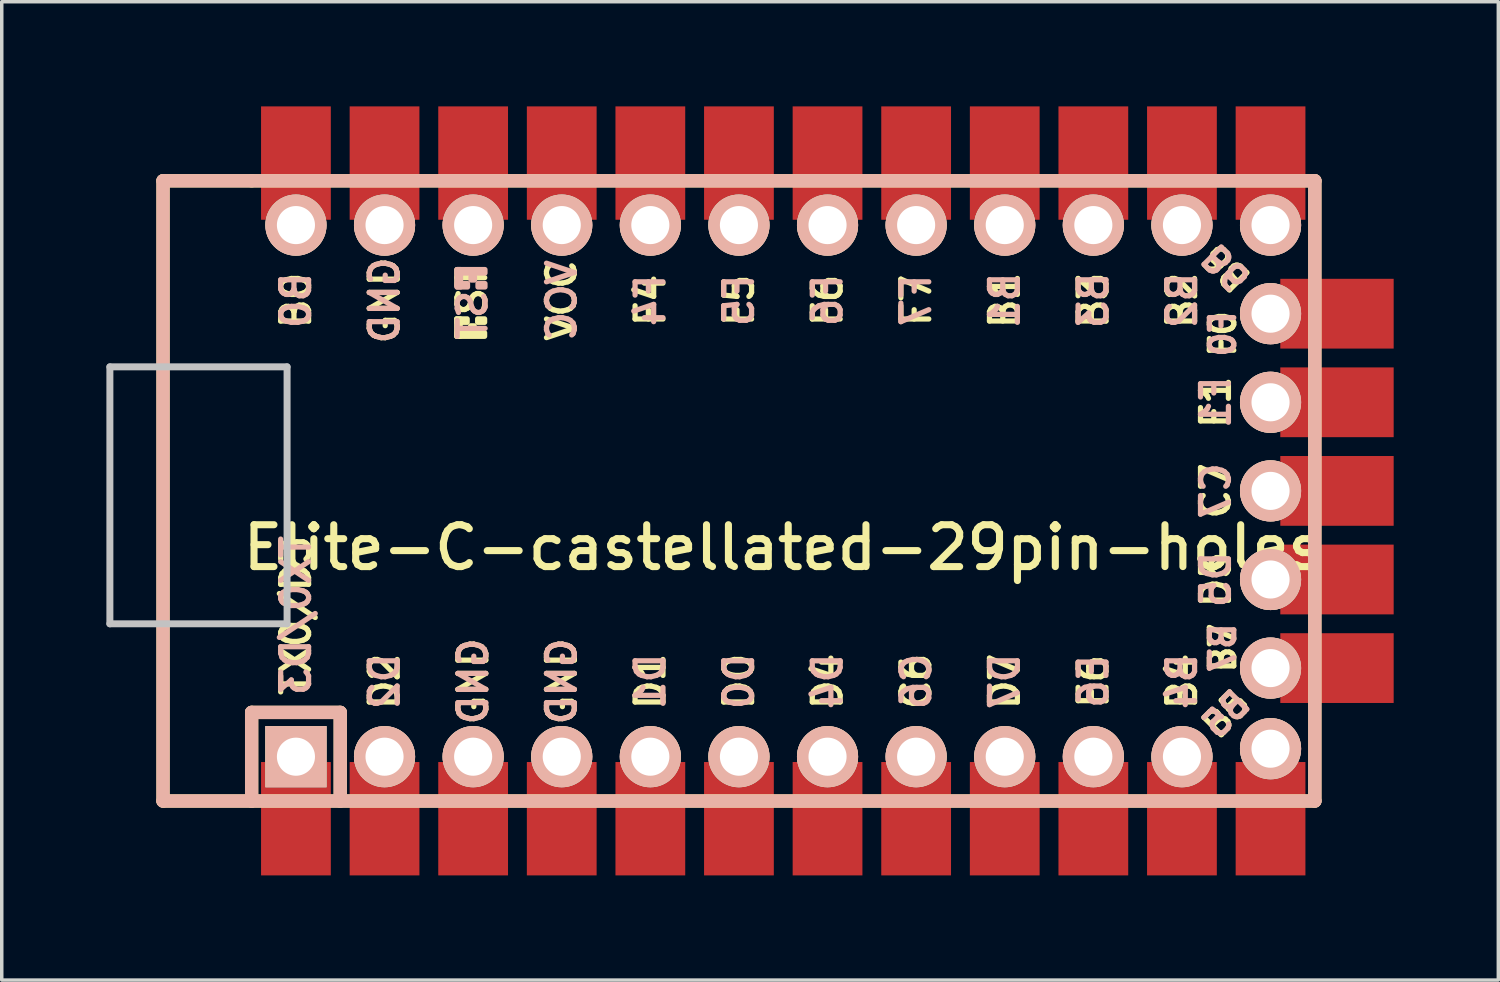
<source format=kicad_pcb>
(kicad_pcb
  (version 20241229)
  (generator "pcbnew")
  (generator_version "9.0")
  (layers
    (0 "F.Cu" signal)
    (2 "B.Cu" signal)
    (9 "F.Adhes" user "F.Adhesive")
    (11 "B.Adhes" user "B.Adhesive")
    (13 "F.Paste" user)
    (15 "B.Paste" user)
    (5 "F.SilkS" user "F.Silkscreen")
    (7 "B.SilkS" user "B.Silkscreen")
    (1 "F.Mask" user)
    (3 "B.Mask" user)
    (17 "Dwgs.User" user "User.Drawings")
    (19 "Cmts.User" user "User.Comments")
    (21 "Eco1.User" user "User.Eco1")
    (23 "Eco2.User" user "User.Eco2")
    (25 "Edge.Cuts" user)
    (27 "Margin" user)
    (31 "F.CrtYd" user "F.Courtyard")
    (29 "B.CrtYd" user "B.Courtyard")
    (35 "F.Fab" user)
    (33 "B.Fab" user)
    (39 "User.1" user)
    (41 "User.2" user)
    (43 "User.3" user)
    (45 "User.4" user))
  (footprint "Elite-C-castellated-29pin-holes"
    (layer "F.Cu")
    (at 19.404 11.023)
    (property "Reference" "Elite-C-castellated-29pin-holes" (at 0 1.625 0) (layer "F.SilkS") (effects (font (size 1.2 1.2) (thickness 0.203))))
    (attr through_hole)
    (fp_line (start -17.78 -8.89) (end -17.78 8.89) (stroke (width 0.381) (type solid)) (layer "F.SilkS"))
    (fp_line (start -17.78 8.89) (end -15.24 8.89) (stroke (width 0.381) (type solid)) (layer "F.SilkS"))
    (fp_line (start -15.24 -8.89) (end -17.78 -8.89) (stroke (width 0.381) (type solid)) (layer "F.SilkS"))
    (fp_line (start -15.24 6.35) (end -15.24 8.89) (stroke (width 0.381) (type solid)) (layer "F.SilkS"))
    (fp_line (start -15.24 6.35) (end -12.7 6.35) (stroke (width 0.381) (type solid)) (layer "F.SilkS"))
    (fp_line (start -15.24 8.89) (end 15.24 8.89) (stroke (width 0.381) (type solid)) (layer "F.SilkS"))
    (fp_line (start -12.7 6.35) (end -12.7 8.89) (stroke (width 0.381) (type solid)) (layer "F.SilkS"))
    (fp_line (start 15.24 -8.89) (end -15.24 -8.89) (stroke (width 0.381) (type solid)) (layer "F.SilkS"))
    (fp_line (start 15.24 8.89) (end 15.24 -8.89) (stroke (width 0.381) (type solid)) (layer "F.SilkS"))
    (fp_poly (pts (xy -9.361 -4.932) (xy -9.261 -4.932) (xy -9.261 -4.432) (xy -9.361 -4.432)) (stroke (width 0.15) (type solid)) (fill yes) (layer "F.SilkS"))
    (fp_poly (pts (xy -9.361 -4.932) (xy -9.061 -4.932) (xy -9.061 -4.832) (xy -9.361 -4.832)) (stroke (width 0.15) (type solid)) (fill yes) (layer "F.SilkS"))
    (fp_poly (pts (xy -9.361 -4.532) (xy -8.561 -4.532) (xy -8.561 -4.432) (xy -9.361 -4.432)) (stroke (width 0.15) (type solid)) (fill yes) (layer "F.SilkS"))
    (fp_poly (pts (xy -8.961 -4.732) (xy -8.861 -4.732) (xy -8.861 -4.632) (xy -8.961 -4.632)) (stroke (width 0.15) (type solid)) (fill yes) (layer "F.SilkS"))
    (fp_poly (pts (xy -8.761 -4.932) (xy -8.561 -4.932) (xy -8.561 -4.832) (xy -8.761 -4.832)) (stroke (width 0.15) (type solid)) (fill yes) (layer "F.SilkS"))
    (fp_line (start -17.78 -8.89) (end -17.78 8.89) (stroke (width 0.381) (type solid)) (layer "B.SilkS"))
    (fp_line (start -17.78 8.89) (end 15.24 8.89) (stroke (width 0.381) (type solid)) (layer "B.SilkS"))
    (fp_line (start -15.24 6.35) (end -15.24 8.89) (stroke (width 0.381) (type solid)) (layer "B.SilkS"))
    (fp_line (start -15.24 6.35) (end -12.7 6.35) (stroke (width 0.381) (type solid)) (layer "B.SilkS"))
    (fp_line (start -12.7 6.35) (end -12.7 8.89) (stroke (width 0.381) (type solid)) (layer "B.SilkS"))
    (fp_line (start 15.24 -8.89) (end -17.78 -8.89) (stroke (width 0.381) (type solid)) (layer "B.SilkS"))
    (fp_line (start 15.24 8.89) (end 15.24 -8.89) (stroke (width 0.381) (type solid)) (layer "B.SilkS"))
    (fp_poly (pts (xy -9.351 -6.245) (xy -8.551 -6.245) (xy -8.551 -6.345) (xy -9.351 -6.345)) (stroke (width 0.15) (type solid)) (fill yes) (layer "B.SilkS"))
    (fp_poly (pts (xy -9.351 -5.845) (xy -9.251 -5.845) (xy -9.251 -6.345) (xy -9.351 -6.345)) (stroke (width 0.15) (type solid)) (fill yes) (layer "B.SilkS"))
    (fp_poly (pts (xy -9.351 -5.845) (xy -9.051 -5.845) (xy -9.051 -5.945) (xy -9.351 -5.945)) (stroke (width 0.15) (type solid)) (fill yes) (layer "B.SilkS"))
    (fp_poly (pts (xy -8.951 -6.045) (xy -8.851 -6.045) (xy -8.851 -6.145) (xy -8.951 -6.145)) (stroke (width 0.15) (type solid)) (fill yes) (layer "B.SilkS"))
    (fp_poly (pts (xy -8.751 -5.845) (xy -8.551 -5.845) (xy -8.551 -5.945) (xy -8.751 -5.945)) (stroke (width 0.15) (type solid)) (fill yes) (layer "B.SilkS"))
    (fp_line (start -19.304 -3.556) (end -14.224 -3.556) (stroke (width 0.2) (type solid)) (layer "Dwgs.User"))
    (fp_line (start -19.304 3.81) (end -19.304 -3.556) (stroke (width 0.2) (type solid)) (layer "Dwgs.User"))
    (fp_line (start -14.224 -3.556) (end -14.224 3.81) (stroke (width 0.2) (type solid)) (layer "Dwgs.User"))
    (fp_line (start -14.224 3.81) (end -19.304 3.81) (stroke (width 0.2) (type solid)) (layer "Dwgs.User"))
    (fp_text user "F6" (at 1.27 -5.461 90) (layer "F.SilkS") (effects (font (size 0.8 0.8) (thickness 0.15))))
    (fp_text user "GND" (at -8.89 5.461 90) (layer "F.SilkS") (effects (font (size 0.8 0.8) (thickness 0.15))))
    (fp_text user "D7" (at 6.35 5.461 90) (layer "F.SilkS") (effects (font (size 0.8 0.8) (thickness 0.15))))
    (fp_text user "F4" (at -3.81 -5.461 90) (layer "F.SilkS") (effects (font (size 0.8 0.8) (thickness 0.15))))
    (fp_text user "C7" (at 12.4 0 90) (layer "F.SilkS") (effects (font (size 0.8 0.8) (thickness 0.15))))
    (fp_text user "B2" (at 11.43 -5.461 90) (layer "F.SilkS") (effects (font (size 0.8 0.8) (thickness 0.15))))
    (fp_text user "GND" (at -11.43 -5.461 90) (layer "F.SilkS") (effects (font (size 0.8 0.8) (thickness 0.15))))
    (fp_text user "F1" (at 12.4 -2.54 90) (layer "F.SilkS") (effects (font (size 0.8 0.8) (thickness 0.15))))
    (fp_text user "B5" (at 12.7 6.4 45) (layer "F.SilkS") (effects (font (size 0.7 0.7) (thickness 0.15))))
    (fp_text user "F0" (at 12.6 -4.5 90) (layer "F.SilkS") (effects (font (size 0.7 0.7) (thickness 0.15))))
    (fp_text user "VCC" (at -6.35 -5.461 90) (layer "F.SilkS") (effects (font (size 0.8 0.8) (thickness 0.15))))
    (fp_text user "D5" (at 12.4 2.54 90) (layer "F.SilkS") (effects (font (size 0.8 0.8) (thickness 0.15))))
    (fp_text user "B1" (at 6.35 -5.461 90) (layer "F.SilkS") (effects (font (size 0.8 0.8) (thickness 0.15))))
    (fp_text user "B7" (at 12.6 4.5 90) (layer "F.SilkS") (effects (font (size 0.7 0.7) (thickness 0.15))))
    (fp_text user "F7" (at 3.81 -5.461 90) (layer "F.SilkS") (effects (font (size 0.8 0.8) (thickness 0.15))))
    (fp_text user "B3" (at 8.89 -5.461 90) (layer "F.SilkS") (effects (font (size 0.8 0.8) (thickness 0.15))))
    (fp_text user "D1" (at -3.81 5.461 90) (layer "F.SilkS") (effects (font (size 0.8 0.8) (thickness 0.15))))
    (fp_text user "B0" (at -13.97 -5.461 90) (layer "F.SilkS") (effects (font (size 0.8 0.8) (thickness 0.15))))
    (fp_text user "TX0/D3" (at -13.97 3.572 90) (layer "F.SilkS") (effects (font (size 0.8 0.8) (thickness 0.15))))
    (fp_text user "B6" (at 12.7 -6.4 135) (unlocked yes) (layer "F.SilkS") (effects (font (size 0.7 0.7) (thickness 0.15))))
    (fp_text user "B4" (at 11.43 5.461 90) (layer "F.SilkS") (effects (font (size 0.8 0.8) (thickness 0.15))))
    (fp_text user "D2" (at -11.43 5.461 90) (layer "F.SilkS") (effects (font (size 0.8 0.8) (thickness 0.15))))
    (fp_text user "D4" (at 1.27 5.461 90) (layer "F.SilkS") (effects (font (size 0.8 0.8) (thickness 0.15))))
    (fp_text user "F5" (at -1.27 -5.461 90) (layer "F.SilkS") (effects (font (size 0.8 0.8) (thickness 0.15))))
    (fp_text user "C6" (at 3.81 5.461 90) (layer "F.SilkS") (effects (font (size 0.8 0.8) (thickness 0.15))))
    (fp_text user "ST" (at -8.92 -5.733 90) (layer "F.SilkS") (effects (font (size 0.8 0.8) (thickness 0.15))))
    (fp_text user "E6" (at 8.89 5.461 90) (layer "F.SilkS") (effects (font (size 0.8 0.8) (thickness 0.15))))
    (fp_text user "D0" (at -1.27 5.461 90) (layer "F.SilkS") (effects (font (size 0.8 0.8) (thickness 0.15))))
    (fp_text user "GND" (at -6.35 5.461 90) (layer "F.SilkS") (effects (font (size 0.8 0.8) (thickness 0.15))))
    (fp_text user "TX0/D3" (at -13.97 3.572 90) (layer "B.SilkS") (effects (font (size 0.8 0.8) (thickness 0.15)) (justify mirror)))
    (fp_text user "B5" (at 12.7 6.4 45) (layer "B.SilkS") (effects (font (size 0.7 0.7) (thickness 0.15)) (justify mirror)))
    (fp_text user "B6" (at 12.7 -6.4 135) (unlocked yes) (layer "B.SilkS") (effects (font (size 0.7 0.7) (thickness 0.15)) (justify mirror)))
    (fp_text user "C6" (at 3.81 5.461 90) (layer "B.SilkS") (effects (font (size 0.8 0.8) (thickness 0.15)) (justify mirror)))
    (fp_text user "D5" (at 12.4 2.54 90) (layer "B.SilkS") (effects (font (size 0.8 0.8) (thickness 0.15)) (justify mirror)))
    (fp_text user "B1" (at 6.35 -5.461 90) (layer "B.SilkS") (effects (font (size 0.8 0.8) (thickness 0.15)) (justify mirror)))
    (fp_text user "GND" (at -8.89 5.461 90) (layer "B.SilkS") (effects (font (size 0.8 0.8) (thickness 0.15)) (justify mirror)))
    (fp_text user "ST" (at -8.91 -5.04 90) (layer "B.SilkS") (effects (font (size 0.8 0.8) (thickness 0.15)) (justify mirror)))
    (fp_text user "B4" (at 11.43 5.461 90) (layer "B.SilkS") (effects (font (size 0.8 0.8) (thickness 0.15)) (justify mirror)))
    (fp_text user "F1" (at 12.4 -2.54 90) (layer "B.SilkS") (effects (font (size 0.8 0.8) (thickness 0.15)) (justify mirror)))
    (fp_text user "GND" (at -6.35 5.461 90) (layer "B.SilkS") (effects (font (size 0.8 0.8) (thickness 0.15)) (justify mirror)))
    (fp_text user "D7" (at 6.35 5.461 90) (layer "B.SilkS") (effects (font (size 0.8 0.8) (thickness 0.15)) (justify mirror)))
    (fp_text user "F4" (at -3.81 -5.461 90) (layer "B.SilkS") (effects (font (size 0.8 0.8) (thickness 0.15)) (justify mirror)))
    (fp_text user "VCC" (at -6.35 -5.461 90) (layer "B.SilkS") (effects (font (size 0.8 0.8) (thickness 0.15)) (justify mirror)))
    (fp_text user "F7" (at 3.81 -5.461 90) (layer "B.SilkS") (effects (font (size 0.8 0.8) (thickness 0.15)) (justify mirror)))
    (fp_text user "C7" (at 12.4 0 90) (layer "B.SilkS") (effects (font (size 0.8 0.8) (thickness 0.15)) (justify mirror)))
    (fp_text user "B7" (at 12.6 4.5 90) (layer "B.SilkS") (effects (font (size 0.7 0.7) (thickness 0.15)) (justify mirror)))
    (fp_text user "F0" (at 12.6 -4.5 90) (layer "B.SilkS") (effects (font (size 0.7 0.7) (thickness 0.15)) (justify mirror)))
    (fp_text user "D1" (at -3.81 5.461 90) (layer "B.SilkS") (effects (font (size 0.8 0.8) (thickness 0.15)) (justify mirror)))
    (fp_text user "GND" (at -11.43 -5.461 90) (layer "B.SilkS") (effects (font (size 0.8 0.8) (thickness 0.15)) (justify mirror)))
    (fp_text user "E6" (at 8.89 5.461 90) (layer "B.SilkS") (effects (font (size 0.8 0.8) (thickness 0.15)) (justify mirror)))
    (fp_text user "D2" (at -11.43 5.461 90) (layer "B.SilkS") (effects (font (size 0.8 0.8) (thickness 0.15)) (justify mirror)))
    (fp_text user "D4" (at 1.27 5.461 90) (layer "B.SilkS") (effects (font (size 0.8 0.8) (thickness 0.15)) (justify mirror)))
    (fp_text user "F5" (at -1.27 -5.461 90) (layer "B.SilkS") (effects (font (size 0.8 0.8) (thickness 0.15)) (justify mirror)))
    (fp_text user "D0" (at -1.27 5.461 90) (layer "B.SilkS") (effects (font (size 0.8 0.8) (thickness 0.15)) (justify mirror)))
    (fp_text user "B2" (at 11.43 -5.461 90) (layer "B.SilkS") (effects (font (size 0.8 0.8) (thickness 0.15)) (justify mirror)))
    (fp_text user "B3" (at 8.89 -5.461 90) (layer "B.SilkS") (effects (font (size 0.8 0.8) (thickness 0.15)) (justify mirror)))
    (fp_text user "F6" (at 1.27 -5.461 90) (layer "B.SilkS") (effects (font (size 0.8 0.8) (thickness 0.15)) (justify mirror)))
    (fp_text user "B0" (at -13.97 -5.461 90) (layer "B.SilkS") (effects (font (size 0.8 0.8) (thickness 0.15)) (justify mirror)))
    (pad "1" thru_hole rect (at -13.97 7.62) (size 1.753 1.753) (drill 1.092) (layers "*.Cu" "*.SilkS" "*.Mask"))
    (pad "1" smd rect (at -13.97 9.398) (size 2 3.25) (layers "F.Cu" "F.Mask" "F.Paste"))
    (pad "2" thru_hole circle (at -11.43 7.62) (size 1.753 1.753) (drill 1.092) (layers "*.Cu" "*.SilkS" "*.Mask"))
    (pad "2" smd rect (at -11.43 9.398) (size 2 3.25) (layers "F.Cu" "F.Mask" "F.Paste"))
    (pad "3" thru_hole circle (at -8.89 7.62) (size 1.753 1.753) (drill 1.092) (layers "*.Cu" "*.SilkS" "*.Mask"))
    (pad "3" smd rect (at -8.89 9.398) (size 2 3.25) (layers "F.Cu" "F.Mask" "F.Paste"))
    (pad "4" thru_hole circle (at -6.35 7.62) (size 1.753 1.753) (drill 1.092) (layers "*.Cu" "*.SilkS" "*.Mask"))
    (pad "4" smd rect (at -6.35 9.398) (size 2 3.25) (layers "F.Cu" "F.Mask" "F.Paste"))
    (pad "5" thru_hole circle (at -3.81 7.62) (size 1.753 1.753) (drill 1.092) (layers "*.Cu" "*.SilkS" "*.Mask"))
    (pad "5" smd rect (at -3.81 9.398) (size 2 3.25) (layers "F.Cu" "F.Mask" "F.Paste"))
    (pad "6" thru_hole circle (at -1.27 7.62) (size 1.753 1.753) (drill 1.092) (layers "*.Cu" "*.SilkS" "*.Mask"))
    (pad "6" smd rect (at -1.27 9.398) (size 2 3.25) (layers "F.Cu" "F.Mask" "F.Paste"))
    (pad "7" thru_hole circle (at 1.27 7.62) (size 1.753 1.753) (drill 1.092) (layers "*.Cu" "*.SilkS" "*.Mask"))
    (pad "7" smd rect (at 1.27 9.398) (size 2 3.25) (layers "F.Cu" "F.Mask" "F.Paste"))
    (pad "8" thru_hole circle (at 3.81 7.62) (size 1.753 1.753) (drill 1.092) (layers "*.Cu" "*.SilkS" "*.Mask"))
    (pad "8" smd rect (at 3.81 9.398) (size 2 3.25) (layers "F.Cu" "F.Mask" "F.Paste"))
    (pad "9" thru_hole circle (at 6.35 7.62) (size 1.753 1.753) (drill 1.092) (layers "*.Cu" "*.SilkS" "*.Mask"))
    (pad "9" smd rect (at 6.35 9.398) (size 2 3.25) (layers "F.Cu" "F.Mask" "F.Paste"))
    (pad "10" thru_hole circle (at 8.89 7.62) (size 1.753 1.753) (drill 1.092) (layers "*.Cu" "*.SilkS" "*.Mask"))
    (pad "10" smd rect (at 8.89 9.398) (size 2 3.25) (layers "F.Cu" "F.Mask" "F.Paste"))
    (pad "11" thru_hole circle (at 11.43 7.62) (size 1.753 1.753) (drill 1.092) (layers "*.Cu" "*.SilkS" "*.Mask"))
    (pad "11" smd rect (at 11.43 9.398) (size 2 3.25) (layers "F.Cu" "F.Mask" "F.Paste"))
    (pad "12" thru_hole circle (at 13.97 7.391) (size 1.753 1.753) (drill 1.092) (layers "*.Cu" "*.SilkS" "*.Mask"))
    (pad "12" smd rect (at 13.97 9.398) (size 2 3.25) (layers "F.Cu" "F.Mask" "F.Paste"))
    (pad "13" smd rect (at 13.97 -9.398) (size 2 3.25) (layers "F.Cu" "F.Mask" "F.Paste"))
    (pad "13" thru_hole circle (at 13.97 -7.62) (size 1.753 1.753) (drill 1.092) (layers "*.Cu" "*.SilkS" "*.Mask"))
    (pad "14" smd rect (at 11.43 -9.398) (size 2 3.25) (layers "F.Cu" "F.Mask" "F.Paste"))
    (pad "14" thru_hole circle (at 11.43 -7.62) (size 1.753 1.753) (drill 1.092) (layers "*.Cu" "*.SilkS" "*.Mask"))
    (pad "15" smd rect (at 8.89 -9.398) (size 2 3.25) (layers "F.Cu" "F.Mask" "F.Paste"))
    (pad "15" thru_hole circle (at 8.89 -7.62) (size 1.753 1.753) (drill 1.092) (layers "*.Cu" "*.SilkS" "*.Mask"))
    (pad "16" smd rect (at 6.35 -9.398) (size 2 3.25) (layers "F.Cu" "F.Mask" "F.Paste"))
    (pad "16" thru_hole circle (at 6.35 -7.62) (size 1.753 1.753) (drill 1.092) (layers "*.Cu" "*.SilkS" "*.Mask"))
    (pad "17" smd rect (at 3.81 -9.398) (size 2 3.25) (layers "F.Cu" "F.Mask" "F.Paste"))
    (pad "17" thru_hole circle (at 3.81 -7.62) (size 1.753 1.753) (drill 1.092) (layers "*.Cu" "*.SilkS" "*.Mask"))
    (pad "18" smd rect (at 1.27 -9.398) (size 2 3.25) (layers "F.Cu" "F.Mask" "F.Paste"))
    (pad "18" thru_hole circle (at 1.27 -7.62) (size 1.753 1.753) (drill 1.092) (layers "*.Cu" "*.SilkS" "*.Mask"))
    (pad "19" smd rect (at -1.27 -9.398) (size 2 3.25) (layers "F.Cu" "F.Mask" "F.Paste"))
    (pad "19" thru_hole circle (at -1.27 -7.62) (size 1.753 1.753) (drill 1.092) (layers "*.Cu" "*.SilkS" "*.Mask"))
    (pad "20" smd rect (at -3.81 -9.398) (size 2 3.25) (layers "F.Cu" "F.Mask" "F.Paste"))
    (pad "20" thru_hole circle (at -3.81 -7.62) (size 1.753 1.753) (drill 1.092) (layers "*.Cu" "*.SilkS" "*.Mask"))
    (pad "21" smd rect (at -6.35 -9.398) (size 2 3.25) (layers "F.Cu" "F.Mask" "F.Paste"))
    (pad "21" thru_hole circle (at -6.35 -7.62) (size 1.753 1.753) (drill 1.092) (layers "*.Cu" "*.SilkS" "*.Mask"))
    (pad "22" smd rect (at -8.89 -9.398) (size 2 3.25) (layers "F.Cu" "F.Mask" "F.Paste"))
    (pad "22" thru_hole circle (at -8.89 -7.62) (size 1.753 1.753) (drill 1.092) (layers "*.Cu" "*.SilkS" "*.Mask"))
    (pad "23" smd rect (at -11.43 -9.398) (size 2 3.25) (layers "F.Cu" "F.Mask" "F.Paste"))
    (pad "23" thru_hole circle (at -11.43 -7.62) (size 1.753 1.753) (drill 1.092) (layers "*.Cu" "*.SilkS" "*.Mask"))
    (pad "24" smd rect (at -13.97 -9.398) (size 2 3.25) (layers "F.Cu" "F.Mask" "F.Paste"))
    (pad "24" thru_hole circle (at -13.97 -7.62) (size 1.753 1.753) (drill 1.092) (layers "*.Cu" "*.SilkS" "*.Mask"))
    (pad "25" thru_hole circle (at 13.97 5.08) (size 1.753 1.753) (drill 1.092) (layers "*.Cu" "*.SilkS" "*.Mask"))
    (pad "25" smd rect (at 15.875 5.08 90) (size 2 3.25) (layers "F.Cu" "F.Mask" "F.Paste"))
    (pad "26" thru_hole circle (at 13.97 2.54) (size 1.753 1.753) (drill 1.092) (layers "*.Cu" "*.SilkS" "*.Mask"))
    (pad "26" smd rect (at 15.875 2.54 90) (size 2 3.25) (layers "F.Cu" "F.Mask" "F.Paste"))
    (pad "27" thru_hole circle (at 13.97 0) (size 1.753 1.753) (drill 1.092) (layers "*.Cu" "*.SilkS" "*.Mask"))
    (pad "27" smd rect (at 15.875 0 90) (size 2 3.25) (layers "F.Cu" "F.Mask" "F.Paste"))
    (pad "28" thru_hole circle (at 13.97 -2.54) (size 1.753 1.753) (drill 1.092) (layers "*.Cu" "*.SilkS" "*.Mask"))
    (pad "28" smd rect (at 15.875 -2.54 90) (size 2 3.25) (layers "F.Cu" "F.Mask" "F.Paste"))
    (pad "29" thru_hole circle (at 13.97 -5.08) (size 1.753 1.753) (drill 1.092) (layers "*.Cu" "*.SilkS" "*.Mask"))
    (pad "29" smd rect (at 15.875 -5.08 90) (size 2 3.25) (layers "F.Cu" "F.Mask" "F.Paste")))
  (gr_rect
    (start -3 -3)
    (end 39.904 25.046)
    (stroke (width 0.1) (type default))
    (fill no)
    (layer "Edge.Cuts")))
</source>
